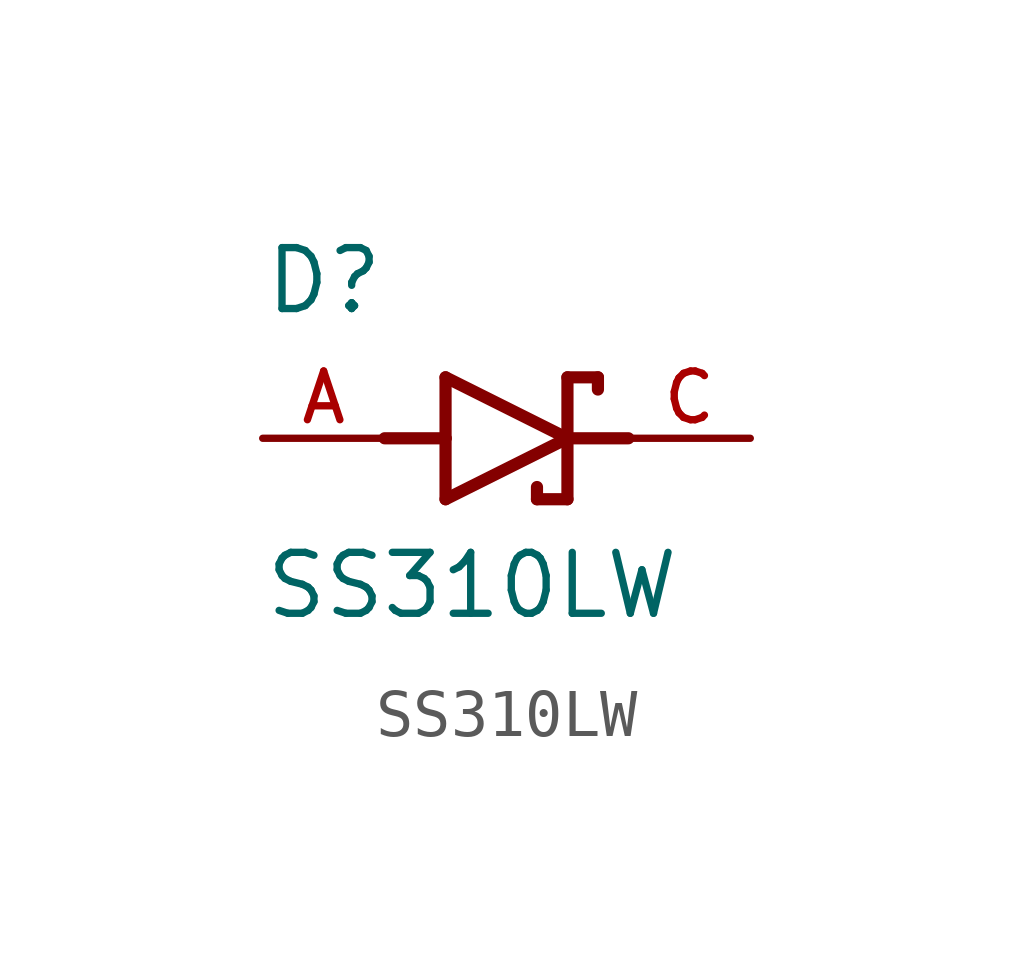
<source format=kicad_sym>
(kicad_symbol_lib
  (version 20211014)
  (generator kicad_symbol_editor)
  (symbol "SS310LW"
    (pin_names
      (offset 1.016))
    (property "Reference" "D"
      (at -5.08 2.54 0)
      (effects (font (size 1.27 1.27)) (justify bottom left)))
    (property "Value" "SS310LW"
      (at -5.08 -3.81 0)
      (effects (font (size 1.27 1.27)) (justify bottom left)))
    (symbol "SS310LW_0_0"
      (polyline (pts (xy -1.27 -1.27) (xy 1.27 0.0)) (stroke (width 0.254)))
      (polyline (pts (xy 1.27 0.0) (xy -1.27 1.27)) (stroke (width 0.254)))
      (polyline (pts (xy 1.905 1.27) (xy 1.27 1.27)) (stroke (width 0.254)))
      (polyline (pts (xy 1.27 1.27) (xy 1.27 0.0)) (stroke (width 0.254)))
      (polyline (pts (xy -1.27 1.27) (xy -1.27 0.0)) (stroke (width 0.254)))
      (polyline (pts (xy -1.27 0.0) (xy -1.27 -1.27)) (stroke (width 0.254)))
      (polyline (pts (xy 1.27 0.0) (xy 1.27 -1.27)) (stroke (width 0.254)))
      (polyline (pts (xy 1.905 1.27) (xy 1.905 1.016)) (stroke (width 0.254)))
      (polyline (pts (xy 1.27 -1.27) (xy 0.635 -1.27)) (stroke (width 0.254)))
      (polyline (pts (xy 0.635 -1.016) (xy 0.635 -1.27)) (stroke (width 0.254)))
      (polyline (pts (xy -2.54 0.0) (xy -1.27 0.0)) (stroke (width 0.254)))
      (polyline (pts (xy 2.54 0.0) (xy 1.27 0.0)) (stroke (width 0.254)))
      (pin passive line (at 5.08 0.0 180.0) (length 2.54) (name "~" (effects (font (size 1.016 1.016)))) (number "C" (effects (font (size 1.016 1.016)))))
      (pin passive line (at -5.08 0.0 0) (length 2.54) (name "~" (effects (font (size 1.016 1.016)))) (number "A" (effects (font (size 1.016 1.016))))))))
</source>
